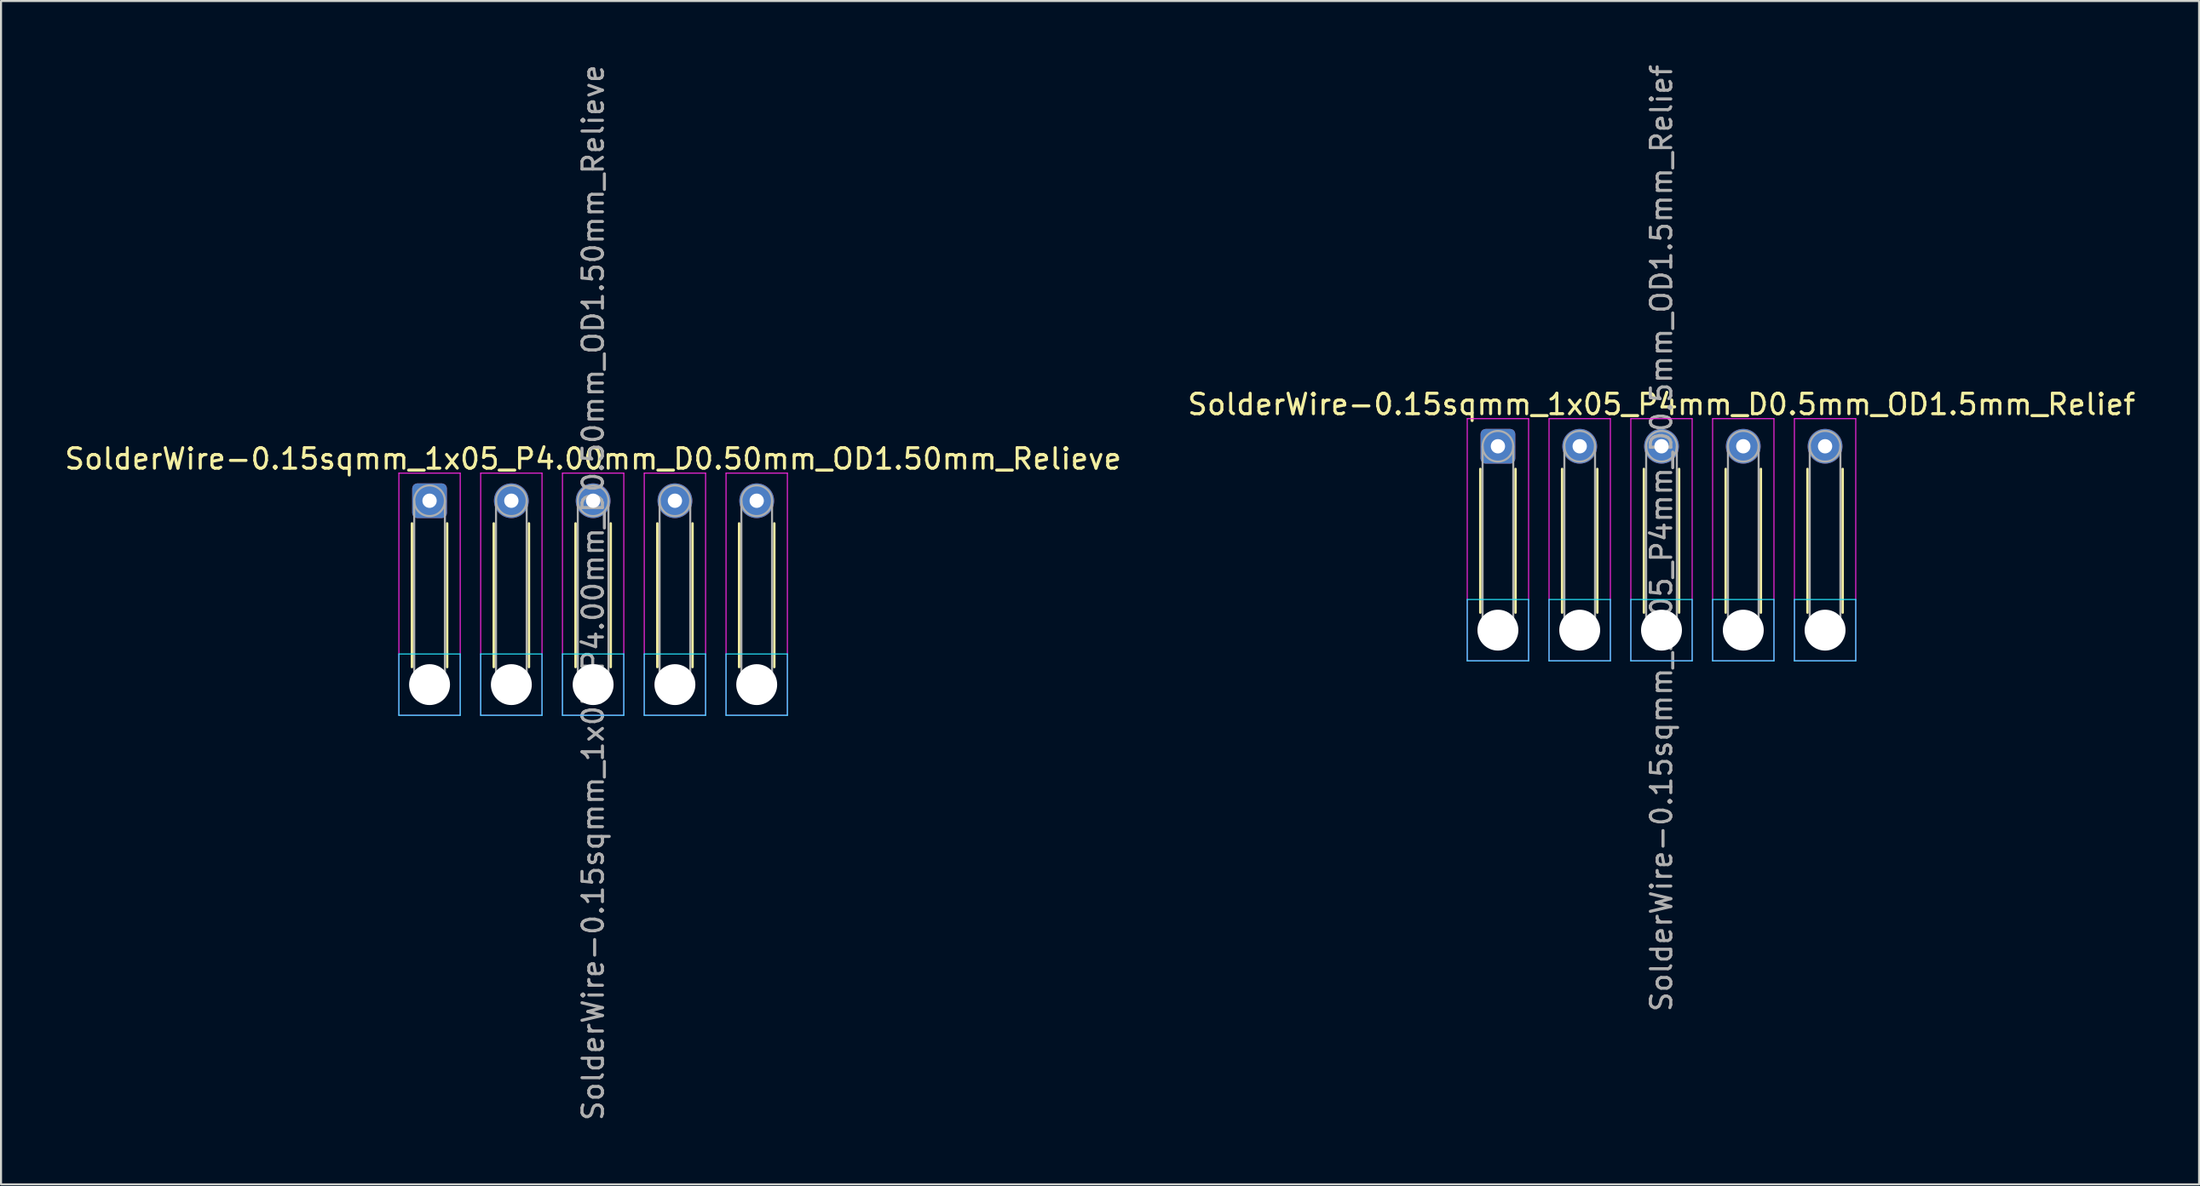
<source format=kicad_pcb>
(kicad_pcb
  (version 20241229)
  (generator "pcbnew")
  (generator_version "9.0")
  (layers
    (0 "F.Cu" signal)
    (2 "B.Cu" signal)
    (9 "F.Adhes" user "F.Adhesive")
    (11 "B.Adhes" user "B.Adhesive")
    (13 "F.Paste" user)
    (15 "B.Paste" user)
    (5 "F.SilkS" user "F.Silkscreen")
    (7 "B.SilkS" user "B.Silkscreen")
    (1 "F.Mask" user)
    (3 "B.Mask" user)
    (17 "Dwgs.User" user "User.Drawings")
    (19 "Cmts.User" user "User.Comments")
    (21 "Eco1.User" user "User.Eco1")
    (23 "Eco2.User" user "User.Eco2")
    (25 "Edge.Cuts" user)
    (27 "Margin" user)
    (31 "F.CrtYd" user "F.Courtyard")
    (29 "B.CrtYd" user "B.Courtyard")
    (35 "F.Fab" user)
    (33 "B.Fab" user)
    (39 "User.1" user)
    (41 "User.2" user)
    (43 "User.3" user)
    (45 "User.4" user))
  (footprint "SolderWire-0.15sqmm_1x05_P4.00mm_D0.50mm_OD1.50mm_Relieve"
    (layer "F.Cu")
    (at 17.958 21.458)
    (property "Reference" "SolderWire-0.15sqmm_1x05_P4.00mm_D0.50mm_OD1.50mm_Relieve" (at 8 -2.05 0) (layer "F.SilkS") (effects (font (size 1 1) (thickness 0.15))))
    (attr exclude_from_pos_files exclude_from_bom)
    (fp_line (start -0.86 1.11) (end -0.86 8.14) (stroke (width 0.12) (type solid)) (layer "F.SilkS"))
    (fp_line (start 0.86 1.11) (end 0.86 8.14) (stroke (width 0.12) (type solid)) (layer "F.SilkS"))
    (fp_line (start 3.14 1.11) (end 3.14 8.14) (stroke (width 0.12) (type solid)) (layer "F.SilkS"))
    (fp_line (start 4.86 1.11) (end 4.86 8.14) (stroke (width 0.12) (type solid)) (layer "F.SilkS"))
    (fp_line (start 7.14 1.11) (end 7.14 8.14) (stroke (width 0.12) (type solid)) (layer "F.SilkS"))
    (fp_line (start 8.86 1.11) (end 8.86 8.14) (stroke (width 0.12) (type solid)) (layer "F.SilkS"))
    (fp_line (start 11.14 1.11) (end 11.14 8.14) (stroke (width 0.12) (type solid)) (layer "F.SilkS"))
    (fp_line (start 12.86 1.11) (end 12.86 8.14) (stroke (width 0.12) (type solid)) (layer "F.SilkS"))
    (fp_line (start 15.14 1.11) (end 15.14 8.14) (stroke (width 0.12) (type solid)) (layer "F.SilkS"))
    (fp_line (start 16.86 1.11) (end 16.86 8.14) (stroke (width 0.12) (type solid)) (layer "F.SilkS"))
    (fp_line (start -1.5 7.5) (end -1.5 10.5) (stroke (width 0.05) (type solid)) (layer "B.CrtYd"))
    (fp_line (start -1.5 10.5) (end 1.5 10.5) (stroke (width 0.05) (type solid)) (layer "B.CrtYd"))
    (fp_line (start 1.5 7.5) (end -1.5 7.5) (stroke (width 0.05) (type solid)) (layer "B.CrtYd"))
    (fp_line (start 1.5 10.5) (end 1.5 7.5) (stroke (width 0.05) (type solid)) (layer "B.CrtYd"))
    (fp_line (start 2.5 7.5) (end 2.5 10.5) (stroke (width 0.05) (type solid)) (layer "B.CrtYd"))
    (fp_line (start 2.5 10.5) (end 5.5 10.5) (stroke (width 0.05) (type solid)) (layer "B.CrtYd"))
    (fp_line (start 5.5 7.5) (end 2.5 7.5) (stroke (width 0.05) (type solid)) (layer "B.CrtYd"))
    (fp_line (start 5.5 10.5) (end 5.5 7.5) (stroke (width 0.05) (type solid)) (layer "B.CrtYd"))
    (fp_line (start 6.5 7.5) (end 6.5 10.5) (stroke (width 0.05) (type solid)) (layer "B.CrtYd"))
    (fp_line (start 6.5 10.5) (end 9.5 10.5) (stroke (width 0.05) (type solid)) (layer "B.CrtYd"))
    (fp_line (start 9.5 7.5) (end 6.5 7.5) (stroke (width 0.05) (type solid)) (layer "B.CrtYd"))
    (fp_line (start 9.5 10.5) (end 9.5 7.5) (stroke (width 0.05) (type solid)) (layer "B.CrtYd"))
    (fp_line (start 10.5 7.5) (end 10.5 10.5) (stroke (width 0.05) (type solid)) (layer "B.CrtYd"))
    (fp_line (start 10.5 10.5) (end 13.5 10.5) (stroke (width 0.05) (type solid)) (layer "B.CrtYd"))
    (fp_line (start 13.5 7.5) (end 10.5 7.5) (stroke (width 0.05) (type solid)) (layer "B.CrtYd"))
    (fp_line (start 13.5 10.5) (end 13.5 7.5) (stroke (width 0.05) (type solid)) (layer "B.CrtYd"))
    (fp_line (start 14.5 7.5) (end 14.5 10.5) (stroke (width 0.05) (type solid)) (layer "B.CrtYd"))
    (fp_line (start 14.5 10.5) (end 17.5 10.5) (stroke (width 0.05) (type solid)) (layer "B.CrtYd"))
    (fp_line (start 17.5 7.5) (end 14.5 7.5) (stroke (width 0.05) (type solid)) (layer "B.CrtYd"))
    (fp_line (start 17.5 10.5) (end 17.5 7.5) (stroke (width 0.05) (type solid)) (layer "B.CrtYd"))
    (fp_line (start -1.5 -1.35) (end -1.5 10.5) (stroke (width 0.05) (type solid)) (layer "F.CrtYd"))
    (fp_line (start -1.5 10.5) (end 1.5 10.5) (stroke (width 0.05) (type solid)) (layer "F.CrtYd"))
    (fp_line (start 1.5 -1.35) (end -1.5 -1.35) (stroke (width 0.05) (type solid)) (layer "F.CrtYd"))
    (fp_line (start 1.5 10.5) (end 1.5 -1.35) (stroke (width 0.05) (type solid)) (layer "F.CrtYd"))
    (fp_line (start 2.5 -1.35) (end 2.5 10.5) (stroke (width 0.05) (type solid)) (layer "F.CrtYd"))
    (fp_line (start 2.5 10.5) (end 5.5 10.5) (stroke (width 0.05) (type solid)) (layer "F.CrtYd"))
    (fp_line (start 5.5 -1.35) (end 2.5 -1.35) (stroke (width 0.05) (type solid)) (layer "F.CrtYd"))
    (fp_line (start 5.5 10.5) (end 5.5 -1.35) (stroke (width 0.05) (type solid)) (layer "F.CrtYd"))
    (fp_line (start 6.5 -1.35) (end 6.5 10.5) (stroke (width 0.05) (type solid)) (layer "F.CrtYd"))
    (fp_line (start 6.5 10.5) (end 9.5 10.5) (stroke (width 0.05) (type solid)) (layer "F.CrtYd"))
    (fp_line (start 9.5 -1.35) (end 6.5 -1.35) (stroke (width 0.05) (type solid)) (layer "F.CrtYd"))
    (fp_line (start 9.5 10.5) (end 9.5 -1.35) (stroke (width 0.05) (type solid)) (layer "F.CrtYd"))
    (fp_line (start 10.5 -1.35) (end 10.5 10.5) (stroke (width 0.05) (type solid)) (layer "F.CrtYd"))
    (fp_line (start 10.5 10.5) (end 13.5 10.5) (stroke (width 0.05) (type solid)) (layer "F.CrtYd"))
    (fp_line (start 13.5 -1.35) (end 10.5 -1.35) (stroke (width 0.05) (type solid)) (layer "F.CrtYd"))
    (fp_line (start 13.5 10.5) (end 13.5 -1.35) (stroke (width 0.05) (type solid)) (layer "F.CrtYd"))
    (fp_line (start 14.5 -1.35) (end 14.5 10.5) (stroke (width 0.05) (type solid)) (layer "F.CrtYd"))
    (fp_line (start 14.5 10.5) (end 17.5 10.5) (stroke (width 0.05) (type solid)) (layer "F.CrtYd"))
    (fp_line (start 17.5 -1.35) (end 14.5 -1.35) (stroke (width 0.05) (type solid)) (layer "F.CrtYd"))
    (fp_line (start 17.5 10.5) (end 17.5 -1.35) (stroke (width 0.05) (type solid)) (layer "F.CrtYd"))
    (fp_line (start -0.75 0) (end -0.75 9) (stroke (width 0.1) (type solid)) (layer "F.Fab"))
    (fp_line (start 0.75 0) (end 0.75 9) (stroke (width 0.1) (type solid)) (layer "F.Fab"))
    (fp_line (start 3.25 0) (end 3.25 9) (stroke (width 0.1) (type solid)) (layer "F.Fab"))
    (fp_line (start 4.75 0) (end 4.75 9) (stroke (width 0.1) (type solid)) (layer "F.Fab"))
    (fp_line (start 7.25 0) (end 7.25 9) (stroke (width 0.1) (type solid)) (layer "F.Fab"))
    (fp_line (start 8.75 0) (end 8.75 9) (stroke (width 0.1) (type solid)) (layer "F.Fab"))
    (fp_line (start 11.25 0) (end 11.25 9) (stroke (width 0.1) (type solid)) (layer "F.Fab"))
    (fp_line (start 12.75 0) (end 12.75 9) (stroke (width 0.1) (type solid)) (layer "F.Fab"))
    (fp_line (start 15.25 0) (end 15.25 9) (stroke (width 0.1) (type solid)) (layer "F.Fab"))
    (fp_line (start 16.75 0) (end 16.75 9) (stroke (width 0.1) (type solid)) (layer "F.Fab"))
    (fp_circle (center 0 0) (end 0.75 0) (stroke (width 0.1) (type solid)) (fill no) (layer "F.Fab"))
    (fp_circle (center 0 9) (end 0.75 9) (stroke (width 0.1) (type solid)) (fill no) (layer "F.Fab"))
    (fp_circle (center 4 0) (end 4.75 0) (stroke (width 0.1) (type solid)) (fill no) (layer "F.Fab"))
    (fp_circle (center 4 9) (end 4.75 9) (stroke (width 0.1) (type solid)) (fill no) (layer "F.Fab"))
    (fp_circle (center 8 0) (end 8.75 0) (stroke (width 0.1) (type solid)) (fill no) (layer "F.Fab"))
    (fp_circle (center 8 9) (end 8.75 9) (stroke (width 0.1) (type solid)) (fill no) (layer "F.Fab"))
    (fp_circle (center 12 0) (end 12.75 0) (stroke (width 0.1) (type solid)) (fill no) (layer "F.Fab"))
    (fp_circle (center 12 9) (end 12.75 9) (stroke (width 0.1) (type solid)) (fill no) (layer "F.Fab"))
    (fp_circle (center 16 0) (end 16.75 0) (stroke (width 0.1) (type solid)) (fill no) (layer "F.Fab"))
    (fp_circle (center 16 9) (end 16.75 9) (stroke (width 0.1) (type solid)) (fill no) (layer "F.Fab"))
    (fp_text user "${REFERENCE}" (at 8 4.5 90) (layer "F.Fab") (effects (font (size 1 1) (thickness 0.15))))
    (pad "" np_thru_hole circle (at 0 9) (size 2 2) (drill 2) (layers "*.Cu" "*.Mask"))
    (pad "" np_thru_hole circle (at 4 9) (size 2 2) (drill 2) (layers "*.Cu" "*.Mask"))
    (pad "" np_thru_hole circle (at 8 9) (size 2 2) (drill 2) (layers "*.Cu" "*.Mask"))
    (pad "" np_thru_hole circle (at 12 9) (size 2 2) (drill 2) (layers "*.Cu" "*.Mask"))
    (pad "" np_thru_hole circle (at 16 9) (size 2 2) (drill 2) (layers "*.Cu" "*.Mask"))
    (pad "1" thru_hole roundrect (at 0 0) (size 1.7 1.7) (drill 0.7) (layers "*.Cu" "*.Mask") (roundrect_rratio 0.147))
    (pad "2" thru_hole circle (at 4 0) (size 1.7 1.7) (drill 0.7) (layers "*.Cu" "*.Mask"))
    (pad "3" thru_hole circle (at 8 0) (size 1.7 1.7) (drill 0.7) (layers "*.Cu" "*.Mask"))
    (pad "4" thru_hole circle (at 12 0) (size 1.7 1.7) (drill 0.7) (layers "*.Cu" "*.Mask"))
    (pad "5" thru_hole circle (at 16 0) (size 1.7 1.7) (drill 0.7) (layers "*.Cu" "*.Mask")))
  (footprint "SolderWire-0.15sqmm_1x05_P4mm_D0.5mm_OD1.5mm_Relief"
    (layer "F.Cu")
    (at 70.208 18.792)
    (property "Reference" "SolderWire-0.15sqmm_1x05_P4mm_D0.5mm_OD1.5mm_Relief" (at 8 -2.05 0) (layer "F.SilkS") (effects (font (size 1 1) (thickness 0.15))))
    (attr exclude_from_pos_files exclude_from_bom)
    (fp_line (start -0.86 1.11) (end -0.86 8.14) (stroke (width 0.12) (type solid)) (layer "F.SilkS"))
    (fp_line (start 0.86 1.11) (end 0.86 8.14) (stroke (width 0.12) (type solid)) (layer "F.SilkS"))
    (fp_line (start 3.14 1.11) (end 3.14 8.14) (stroke (width 0.12) (type solid)) (layer "F.SilkS"))
    (fp_line (start 4.86 1.11) (end 4.86 8.14) (stroke (width 0.12) (type solid)) (layer "F.SilkS"))
    (fp_line (start 7.14 1.11) (end 7.14 8.14) (stroke (width 0.12) (type solid)) (layer "F.SilkS"))
    (fp_line (start 8.86 1.11) (end 8.86 8.14) (stroke (width 0.12) (type solid)) (layer "F.SilkS"))
    (fp_line (start 11.14 1.11) (end 11.14 8.14) (stroke (width 0.12) (type solid)) (layer "F.SilkS"))
    (fp_line (start 12.86 1.11) (end 12.86 8.14) (stroke (width 0.12) (type solid)) (layer "F.SilkS"))
    (fp_line (start 15.14 1.11) (end 15.14 8.14) (stroke (width 0.12) (type solid)) (layer "F.SilkS"))
    (fp_line (start 16.86 1.11) (end 16.86 8.14) (stroke (width 0.12) (type solid)) (layer "F.SilkS"))
    (fp_line (start -1.5 7.5) (end -1.5 10.5) (stroke (width 0.05) (type solid)) (layer "B.CrtYd"))
    (fp_line (start -1.5 10.5) (end 1.5 10.5) (stroke (width 0.05) (type solid)) (layer "B.CrtYd"))
    (fp_line (start 1.5 7.5) (end -1.5 7.5) (stroke (width 0.05) (type solid)) (layer "B.CrtYd"))
    (fp_line (start 1.5 10.5) (end 1.5 7.5) (stroke (width 0.05) (type solid)) (layer "B.CrtYd"))
    (fp_line (start 2.5 7.5) (end 2.5 10.5) (stroke (width 0.05) (type solid)) (layer "B.CrtYd"))
    (fp_line (start 2.5 10.5) (end 5.5 10.5) (stroke (width 0.05) (type solid)) (layer "B.CrtYd"))
    (fp_line (start 5.5 7.5) (end 2.5 7.5) (stroke (width 0.05) (type solid)) (layer "B.CrtYd"))
    (fp_line (start 5.5 10.5) (end 5.5 7.5) (stroke (width 0.05) (type solid)) (layer "B.CrtYd"))
    (fp_line (start 6.5 7.5) (end 6.5 10.5) (stroke (width 0.05) (type solid)) (layer "B.CrtYd"))
    (fp_line (start 6.5 10.5) (end 9.5 10.5) (stroke (width 0.05) (type solid)) (layer "B.CrtYd"))
    (fp_line (start 9.5 7.5) (end 6.5 7.5) (stroke (width 0.05) (type solid)) (layer "B.CrtYd"))
    (fp_line (start 9.5 10.5) (end 9.5 7.5) (stroke (width 0.05) (type solid)) (layer "B.CrtYd"))
    (fp_line (start 10.5 7.5) (end 10.5 10.5) (stroke (width 0.05) (type solid)) (layer "B.CrtYd"))
    (fp_line (start 10.5 10.5) (end 13.5 10.5) (stroke (width 0.05) (type solid)) (layer "B.CrtYd"))
    (fp_line (start 13.5 7.5) (end 10.5 7.5) (stroke (width 0.05) (type solid)) (layer "B.CrtYd"))
    (fp_line (start 13.5 10.5) (end 13.5 7.5) (stroke (width 0.05) (type solid)) (layer "B.CrtYd"))
    (fp_line (start 14.5 7.5) (end 14.5 10.5) (stroke (width 0.05) (type solid)) (layer "B.CrtYd"))
    (fp_line (start 14.5 10.5) (end 17.5 10.5) (stroke (width 0.05) (type solid)) (layer "B.CrtYd"))
    (fp_line (start 17.5 7.5) (end 14.5 7.5) (stroke (width 0.05) (type solid)) (layer "B.CrtYd"))
    (fp_line (start 17.5 10.5) (end 17.5 7.5) (stroke (width 0.05) (type solid)) (layer "B.CrtYd"))
    (fp_line (start -1.5 -1.35) (end -1.5 10.5) (stroke (width 0.05) (type solid)) (layer "F.CrtYd"))
    (fp_line (start -1.5 10.5) (end 1.5 10.5) (stroke (width 0.05) (type solid)) (layer "F.CrtYd"))
    (fp_line (start 1.5 -1.35) (end -1.5 -1.35) (stroke (width 0.05) (type solid)) (layer "F.CrtYd"))
    (fp_line (start 1.5 10.5) (end 1.5 -1.35) (stroke (width 0.05) (type solid)) (layer "F.CrtYd"))
    (fp_line (start 2.5 -1.35) (end 2.5 10.5) (stroke (width 0.05) (type solid)) (layer "F.CrtYd"))
    (fp_line (start 2.5 10.5) (end 5.5 10.5) (stroke (width 0.05) (type solid)) (layer "F.CrtYd"))
    (fp_line (start 5.5 -1.35) (end 2.5 -1.35) (stroke (width 0.05) (type solid)) (layer "F.CrtYd"))
    (fp_line (start 5.5 10.5) (end 5.5 -1.35) (stroke (width 0.05) (type solid)) (layer "F.CrtYd"))
    (fp_line (start 6.5 -1.35) (end 6.5 10.5) (stroke (width 0.05) (type solid)) (layer "F.CrtYd"))
    (fp_line (start 6.5 10.5) (end 9.5 10.5) (stroke (width 0.05) (type solid)) (layer "F.CrtYd"))
    (fp_line (start 9.5 -1.35) (end 6.5 -1.35) (stroke (width 0.05) (type solid)) (layer "F.CrtYd"))
    (fp_line (start 9.5 10.5) (end 9.5 -1.35) (stroke (width 0.05) (type solid)) (layer "F.CrtYd"))
    (fp_line (start 10.5 -1.35) (end 10.5 10.5) (stroke (width 0.05) (type solid)) (layer "F.CrtYd"))
    (fp_line (start 10.5 10.5) (end 13.5 10.5) (stroke (width 0.05) (type solid)) (layer "F.CrtYd"))
    (fp_line (start 13.5 -1.35) (end 10.5 -1.35) (stroke (width 0.05) (type solid)) (layer "F.CrtYd"))
    (fp_line (start 13.5 10.5) (end 13.5 -1.35) (stroke (width 0.05) (type solid)) (layer "F.CrtYd"))
    (fp_line (start 14.5 -1.35) (end 14.5 10.5) (stroke (width 0.05) (type solid)) (layer "F.CrtYd"))
    (fp_line (start 14.5 10.5) (end 17.5 10.5) (stroke (width 0.05) (type solid)) (layer "F.CrtYd"))
    (fp_line (start 17.5 -1.35) (end 14.5 -1.35) (stroke (width 0.05) (type solid)) (layer "F.CrtYd"))
    (fp_line (start 17.5 10.5) (end 17.5 -1.35) (stroke (width 0.05) (type solid)) (layer "F.CrtYd"))
    (fp_line (start -0.75 0) (end -0.75 9) (stroke (width 0.1) (type solid)) (layer "F.Fab"))
    (fp_line (start 0.75 0) (end 0.75 9) (stroke (width 0.1) (type solid)) (layer "F.Fab"))
    (fp_line (start 3.25 0) (end 3.25 9) (stroke (width 0.1) (type solid)) (layer "F.Fab"))
    (fp_line (start 4.75 0) (end 4.75 9) (stroke (width 0.1) (type solid)) (layer "F.Fab"))
    (fp_line (start 7.25 0) (end 7.25 9) (stroke (width 0.1) (type solid)) (layer "F.Fab"))
    (fp_line (start 8.75 0) (end 8.75 9) (stroke (width 0.1) (type solid)) (layer "F.Fab"))
    (fp_line (start 11.25 0) (end 11.25 9) (stroke (width 0.1) (type solid)) (layer "F.Fab"))
    (fp_line (start 12.75 0) (end 12.75 9) (stroke (width 0.1) (type solid)) (layer "F.Fab"))
    (fp_line (start 15.25 0) (end 15.25 9) (stroke (width 0.1) (type solid)) (layer "F.Fab"))
    (fp_line (start 16.75 0) (end 16.75 9) (stroke (width 0.1) (type solid)) (layer "F.Fab"))
    (fp_circle (center 0 0) (end 0.75 0) (stroke (width 0.1) (type solid)) (fill no) (layer "F.Fab"))
    (fp_circle (center 0 9) (end 0.75 9) (stroke (width 0.1) (type solid)) (fill no) (layer "F.Fab"))
    (fp_circle (center 4 0) (end 4.75 0) (stroke (width 0.1) (type solid)) (fill no) (layer "F.Fab"))
    (fp_circle (center 4 9) (end 4.75 9) (stroke (width 0.1) (type solid)) (fill no) (layer "F.Fab"))
    (fp_circle (center 8 0) (end 8.75 0) (stroke (width 0.1) (type solid)) (fill no) (layer "F.Fab"))
    (fp_circle (center 8 9) (end 8.75 9) (stroke (width 0.1) (type solid)) (fill no) (layer "F.Fab"))
    (fp_circle (center 12 0) (end 12.75 0) (stroke (width 0.1) (type solid)) (fill no) (layer "F.Fab"))
    (fp_circle (center 12 9) (end 12.75 9) (stroke (width 0.1) (type solid)) (fill no) (layer "F.Fab"))
    (fp_circle (center 16 0) (end 16.75 0) (stroke (width 0.1) (type solid)) (fill no) (layer "F.Fab"))
    (fp_circle (center 16 9) (end 16.75 9) (stroke (width 0.1) (type solid)) (fill no) (layer "F.Fab"))
    (fp_text user "${REFERENCE}" (at 8 4.5 90) (layer "F.Fab") (effects (font (size 1 1) (thickness 0.15))))
    (pad "" np_thru_hole circle (at 0 9) (size 2 2) (drill 2) (layers "*.Cu" "*.Mask"))
    (pad "" np_thru_hole circle (at 4 9) (size 2 2) (drill 2) (layers "*.Cu" "*.Mask"))
    (pad "" np_thru_hole circle (at 8 9) (size 2 2) (drill 2) (layers "*.Cu" "*.Mask"))
    (pad "" np_thru_hole circle (at 12 9) (size 2 2) (drill 2) (layers "*.Cu" "*.Mask"))
    (pad "" np_thru_hole circle (at 16 9) (size 2 2) (drill 2) (layers "*.Cu" "*.Mask"))
    (pad "1" thru_hole roundrect (at 0 0) (size 1.7 1.7) (drill 0.7) (layers "*.Cu" "*.Mask") (roundrect_rratio 0.147))
    (pad "2" thru_hole circle (at 4 0) (size 1.7 1.7) (drill 0.7) (layers "*.Cu" "*.Mask"))
    (pad "3" thru_hole circle (at 8 0) (size 1.7 1.7) (drill 0.7) (layers "*.Cu" "*.Mask"))
    (pad "4" thru_hole circle (at 12 0) (size 1.7 1.7) (drill 0.7) (layers "*.Cu" "*.Mask"))
    (pad "5" thru_hole circle (at 16 0) (size 1.7 1.7) (drill 0.7) (layers "*.Cu" "*.Mask")))
  (gr_rect
    (start -3 -3)
    (end 104.5 54.917)
    (stroke (width 0.1) (type default))
    (fill no)
    (layer "Edge.Cuts")))
</source>
